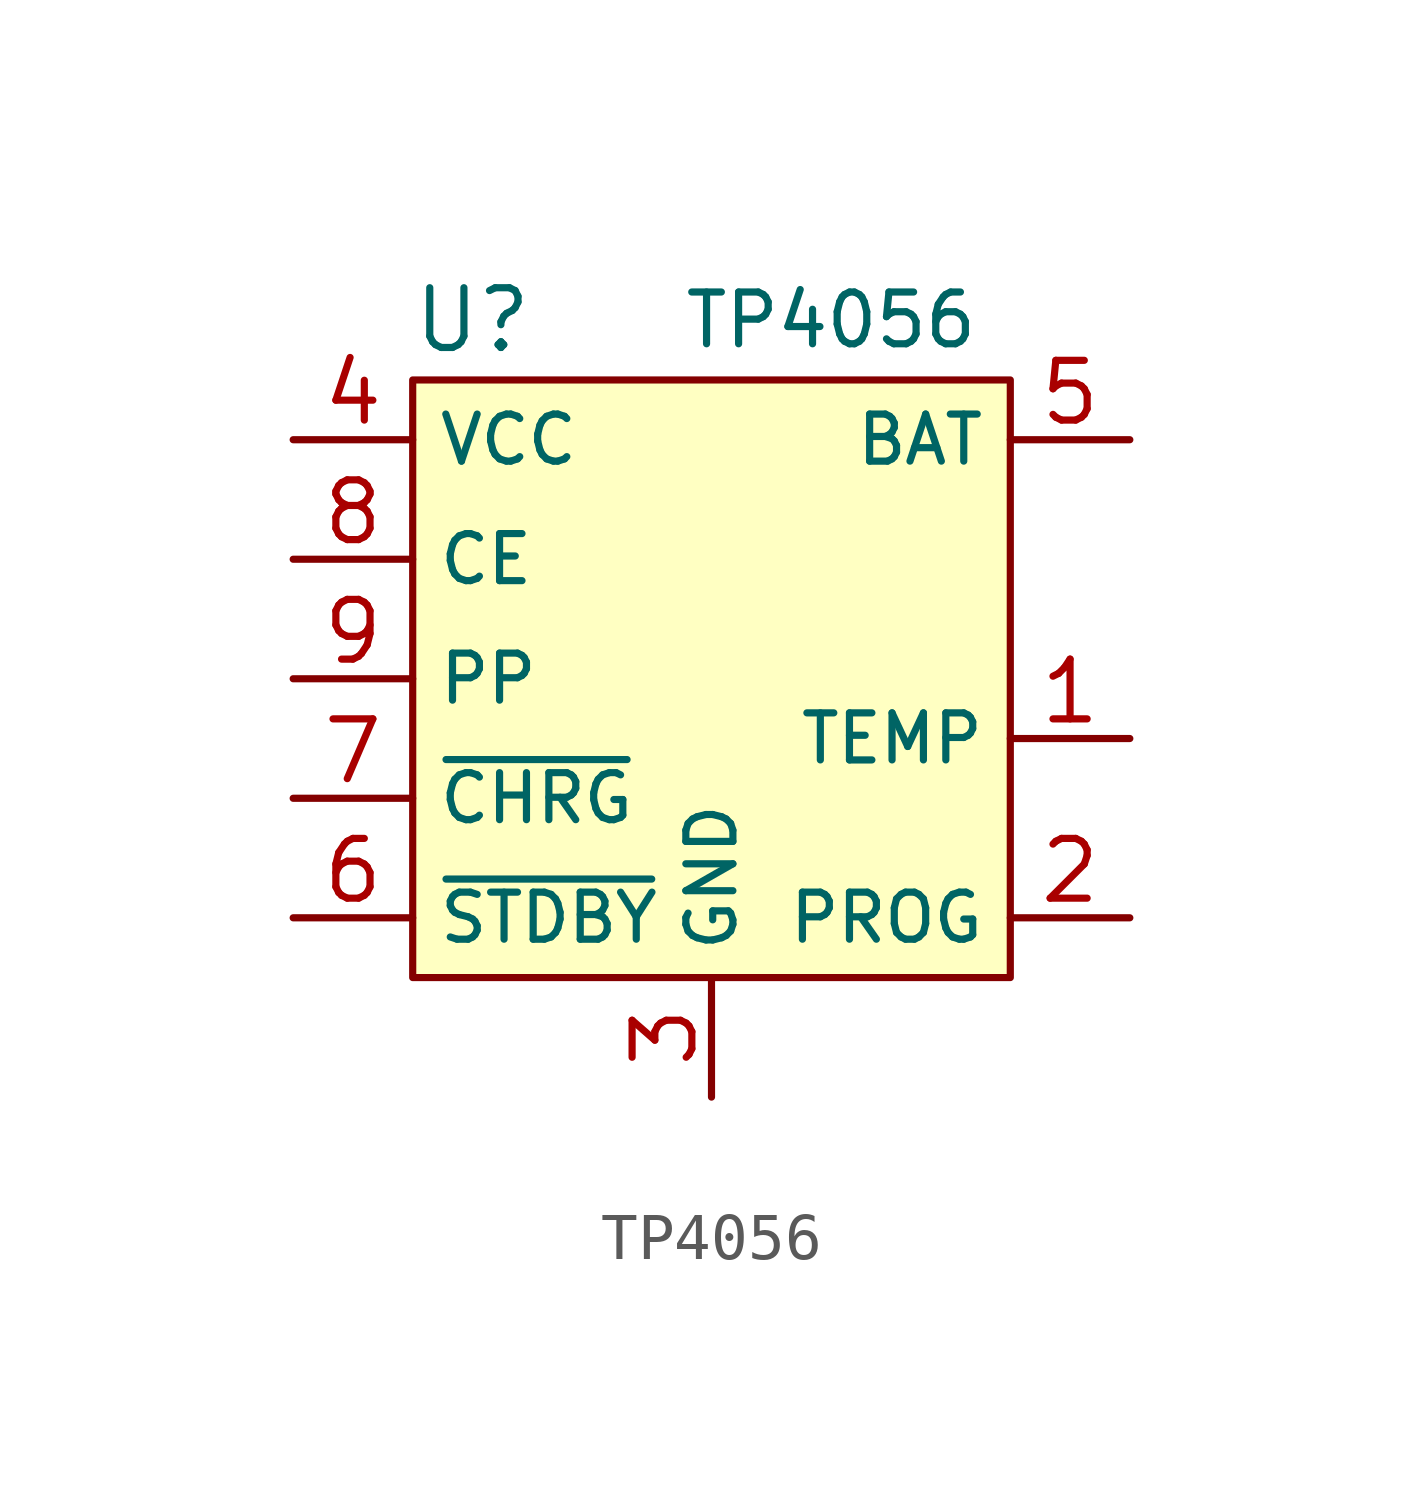
<source format=kicad_sym>
(kicad_symbol_lib
  (version 20220914)
  (generator kicad_symbol_editor)
  (symbol "TP4056"
    (property "Reference" "U"
      (at 1.27 13.97 0)
      (effects (font (size 1.27 1.27))))
    (property "Value" "TP4056"
      (at 8.89 13.97 0)
      (effects (font (size 1.1 1.1))))
    (symbol "TP4056_1_1"
      (rectangle (start 0 12.7) (end 12.7 0) (stroke (width 0) (type default)) (fill (type background)))
      (pin input line (at 15.24 5.08 180) (length 2.54) (name "TEMP" (effects (font (size 1 1)))) (number "1" (effects (font (size 1.27 1.27)))))
      (pin input line (at 15.24 1.27 180) (length 2.54) (name "PROG" (effects (font (size 1 1)))) (number "2" (effects (font (size 1.27 1.27)))))
      (pin input line (at 6.35 -2.54 90) (length 2.54) (name "GND" (effects (font (size 1 1)))) (number "3" (effects (font (size 1.27 1.27)))))
      (pin input line (at -2.54 11.43 0) (length 2.54) (name "VCC" (effects (font (size 1 1)))) (number "4" (effects (font (size 1.27 1.27)))))
      (pin input line (at 15.24 11.43 180) (length 2.54) (name "BAT" (effects (font (size 1 1)))) (number "5" (effects (font (size 1.27 1.27)))))
      (pin input line (at -2.54 1.27 0) (length 2.54) (name "~{STDBY}" (effects (font (size 1 1)))) (number "6" (effects (font (size 1.27 1.27)))))
      (pin input line (at -2.54 3.81 0) (length 2.54) (name "~{CHRG}" (effects (font (size 1 1)))) (number "7" (effects (font (size 1.27 1.27)))))
      (pin input line (at -2.54 8.89 0) (length 2.54) (name "CE" (effects (font (size 1 1)))) (number "8" (effects (font (size 1.27 1.27)))))
      (pin input line (at -2.54 6.35 0) (length 2.54) (name "PP" (effects (font (size 1 1)))) (number "9" (effects (font (size 1.27 1.27))))))))
</source>
